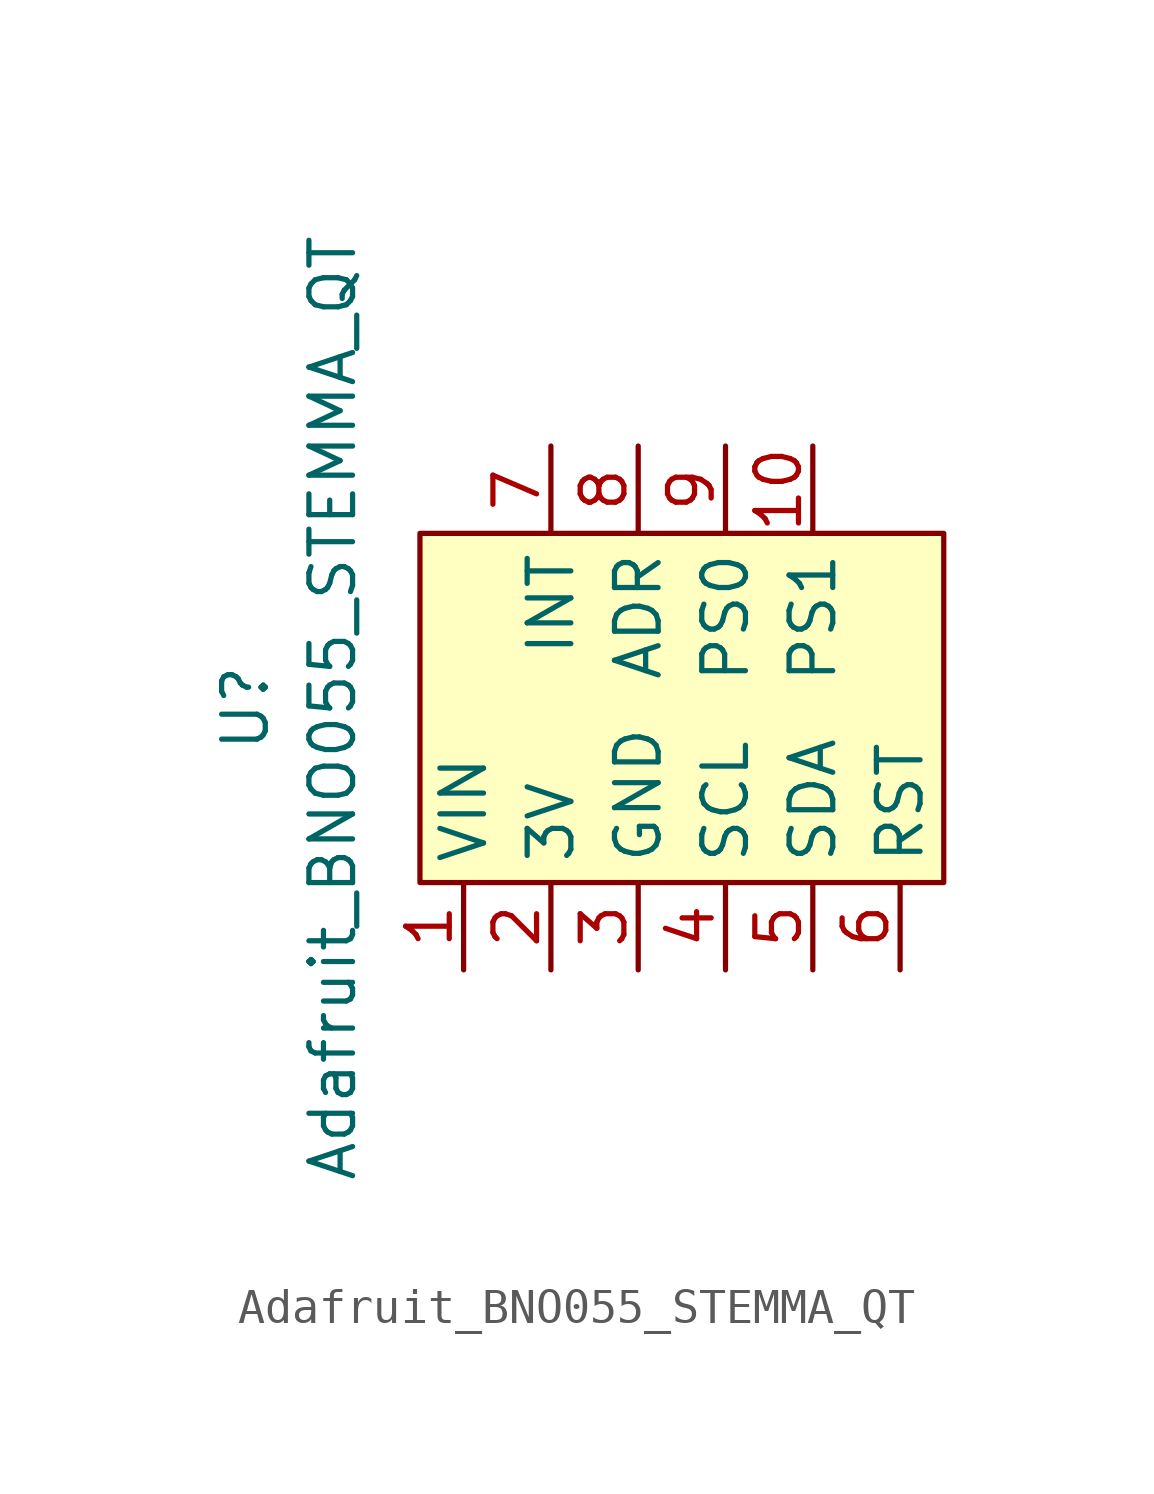
<source format=kicad_sym>
(kicad_symbol_lib
  (version 20211014)
  (generator kicad_symbol_editor)
  (symbol "Adafruit_BNO055_STEMMA_QT"
    (property "Reference" "U"
      (at -12.7 0 90)
      (effects (font (size 1.27 1.27))))
    (property "Value" "Adafruit_BNO055_STEMMA_QT"
      (at -10.16 0 90)
      (effects (font (size 1.27 1.27))))
    (symbol "Adafruit_BNO055_STEMMA_QT_0_1"
      (rectangle (start -7.62 5.08) (end 7.62 -5.08) (stroke (width 0) (type default) (color 0 0 0 0)) (fill (type background))))
    (symbol "Adafruit_BNO055_STEMMA_QT_1_1"
      (pin input line (at -6.35 -7.62 90) (length 2.54) (name "VIN" (effects (font (size 1.27 1.27)))) (number "1" (effects (font (size 1.27 1.27)))))
      (pin input line (at 3.81 7.62 270) (length 2.54) (name "PS1" (effects (font (size 1.27 1.27)))) (number "10" (effects (font (size 1.27 1.27)))))
      (pin input line (at -3.81 -7.62 90) (length 2.54) (name "3V" (effects (font (size 1.27 1.27)))) (number "2" (effects (font (size 1.27 1.27)))))
      (pin input line (at -1.27 -7.62 90) (length 2.54) (name "GND" (effects (font (size 1.27 1.27)))) (number "3" (effects (font (size 1.27 1.27)))))
      (pin input line (at 1.27 -7.62 90) (length 2.54) (name "SCL" (effects (font (size 1.27 1.27)))) (number "4" (effects (font (size 1.27 1.27)))))
      (pin input line (at 3.81 -7.62 90) (length 2.54) (name "SDA" (effects (font (size 1.27 1.27)))) (number "5" (effects (font (size 1.27 1.27)))))
      (pin input line (at 6.35 -7.62 90) (length 2.54) (name "RST" (effects (font (size 1.27 1.27)))) (number "6" (effects (font (size 1.27 1.27)))))
      (pin input line (at -3.81 7.62 270) (length 2.54) (name "INT" (effects (font (size 1.27 1.27)))) (number "7" (effects (font (size 1.27 1.27)))))
      (pin input line (at -1.27 7.62 270) (length 2.54) (name "ADR" (effects (font (size 1.27 1.27)))) (number "8" (effects (font (size 1.27 1.27)))))
      (pin input line (at 1.27 7.62 270) (length 2.54) (name "PS0" (effects (font (size 1.27 1.27)))) (number "9" (effects (font (size 1.27 1.27))))))))
</source>
